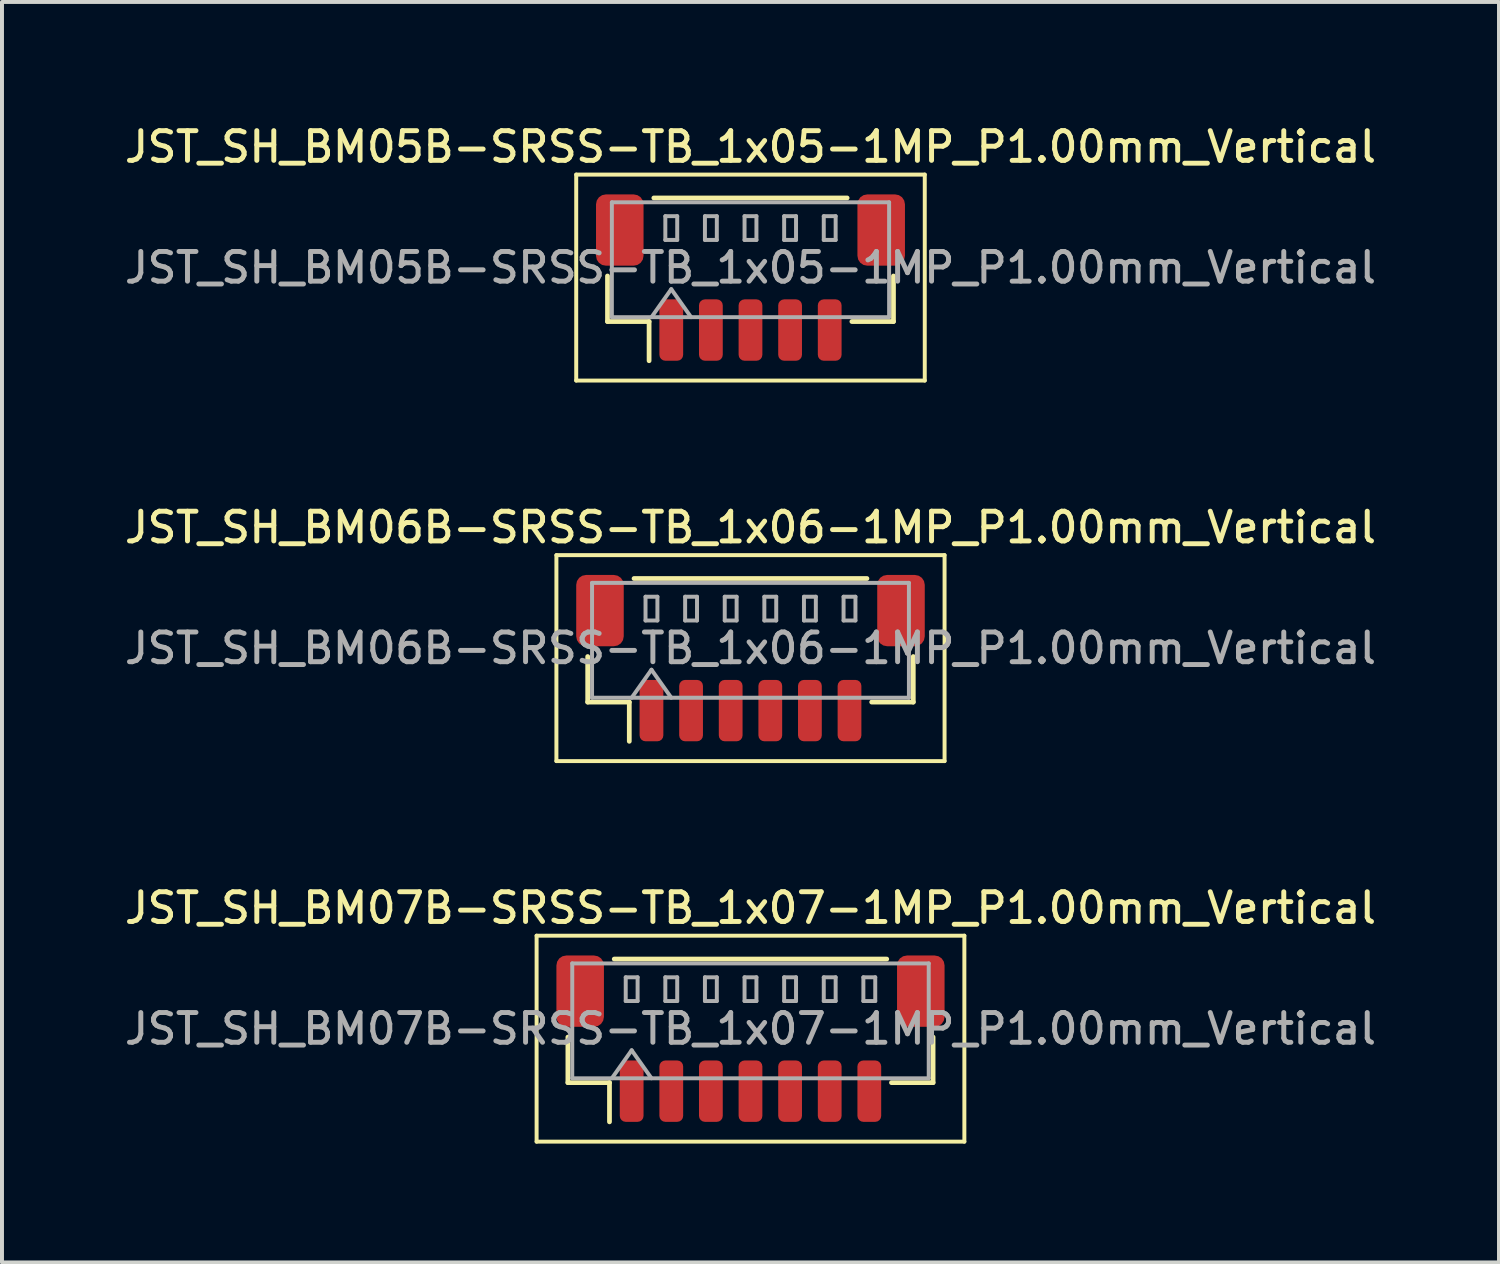
<source format=kicad_pcb>
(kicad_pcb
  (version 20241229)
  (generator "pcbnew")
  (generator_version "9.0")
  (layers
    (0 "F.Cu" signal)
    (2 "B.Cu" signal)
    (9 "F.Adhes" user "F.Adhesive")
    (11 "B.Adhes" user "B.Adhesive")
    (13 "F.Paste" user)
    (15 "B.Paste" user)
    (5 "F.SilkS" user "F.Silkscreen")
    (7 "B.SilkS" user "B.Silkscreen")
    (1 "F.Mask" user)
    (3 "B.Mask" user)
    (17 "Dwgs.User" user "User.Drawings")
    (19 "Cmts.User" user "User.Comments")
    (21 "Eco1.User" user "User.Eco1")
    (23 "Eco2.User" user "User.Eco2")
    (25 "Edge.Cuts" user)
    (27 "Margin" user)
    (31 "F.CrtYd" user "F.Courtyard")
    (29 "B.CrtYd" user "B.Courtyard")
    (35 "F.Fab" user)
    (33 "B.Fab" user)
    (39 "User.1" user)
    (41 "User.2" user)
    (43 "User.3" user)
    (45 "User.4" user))
  (footprint "JST_SH_BM07B-SRSS-TB_1x07-1MP_P1.00mm_Vertical"
    (layer "F.Cu")
    (at 15.898 23.174)
    (property "Reference" "JST_SH_BM07B-SRSS-TB_1x07-1MP_P1.00mm_Vertical" (at 0 -3.3 0) (layer "F.SilkS") (effects (font (size 0.75 0.75) (thickness 0.125))))
    (attr smd)
    (fp_line (start -5.4 -2.6) (end -5.4 2.6) (stroke (width 0.1) (type solid)) (layer "F.SilkS"))
    (fp_line (start -5.4 2.6) (end 5.4 2.6) (stroke (width 0.1) (type solid)) (layer "F.SilkS"))
    (fp_line (start -4.61 -0.04) (end -4.61 1.11) (stroke (width 0.12) (type solid)) (layer "F.SilkS"))
    (fp_line (start -4.61 1.11) (end -3.56 1.11) (stroke (width 0.12) (type solid)) (layer "F.SilkS"))
    (fp_line (start -3.56 1.11) (end -3.56 2.1) (stroke (width 0.12) (type solid)) (layer "F.SilkS"))
    (fp_line (start -3.44 -2.01) (end 3.44 -2.01) (stroke (width 0.12) (type solid)) (layer "F.SilkS"))
    (fp_line (start 4.61 -0.04) (end 4.61 1.11) (stroke (width 0.12) (type solid)) (layer "F.SilkS"))
    (fp_line (start 4.61 1.11) (end 3.56 1.11) (stroke (width 0.12) (type solid)) (layer "F.SilkS"))
    (fp_line (start 5.4 -2.6) (end -5.4 -2.6) (stroke (width 0.1) (type solid)) (layer "F.SilkS"))
    (fp_line (start 5.4 2.6) (end 5.4 -2.6) (stroke (width 0.1) (type solid)) (layer "F.SilkS"))
    (fp_line (start -4.5 -1.9) (end 4.5 -1.9) (stroke (width 0.1) (type solid)) (layer "F.Fab"))
    (fp_line (start -4.5 1) (end -4.5 -1.9) (stroke (width 0.1) (type solid)) (layer "F.Fab"))
    (fp_line (start -4.5 1) (end 4.5 1) (stroke (width 0.1) (type solid)) (layer "F.Fab"))
    (fp_line (start -3.5 1) (end -3 0.293) (stroke (width 0.1) (type solid)) (layer "F.Fab"))
    (fp_line (start -3.15 -1.55) (end -3.15 -0.95) (stroke (width 0.1) (type solid)) (layer "F.Fab"))
    (fp_line (start -3.15 -0.95) (end -2.85 -0.95) (stroke (width 0.1) (type solid)) (layer "F.Fab"))
    (fp_line (start -3 0.293) (end -2.5 1) (stroke (width 0.1) (type solid)) (layer "F.Fab"))
    (fp_line (start -2.85 -1.55) (end -3.15 -1.55) (stroke (width 0.1) (type solid)) (layer "F.Fab"))
    (fp_line (start -2.85 -0.95) (end -2.85 -1.55) (stroke (width 0.1) (type solid)) (layer "F.Fab"))
    (fp_line (start -2.15 -1.55) (end -2.15 -0.95) (stroke (width 0.1) (type solid)) (layer "F.Fab"))
    (fp_line (start -2.15 -0.95) (end -1.85 -0.95) (stroke (width 0.1) (type solid)) (layer "F.Fab"))
    (fp_line (start -1.85 -1.55) (end -2.15 -1.55) (stroke (width 0.1) (type solid)) (layer "F.Fab"))
    (fp_line (start -1.85 -0.95) (end -1.85 -1.55) (stroke (width 0.1) (type solid)) (layer "F.Fab"))
    (fp_line (start -1.15 -1.55) (end -1.15 -0.95) (stroke (width 0.1) (type solid)) (layer "F.Fab"))
    (fp_line (start -1.15 -0.95) (end -0.85 -0.95) (stroke (width 0.1) (type solid)) (layer "F.Fab"))
    (fp_line (start -0.85 -1.55) (end -1.15 -1.55) (stroke (width 0.1) (type solid)) (layer "F.Fab"))
    (fp_line (start -0.85 -0.95) (end -0.85 -1.55) (stroke (width 0.1) (type solid)) (layer "F.Fab"))
    (fp_line (start -0.15 -1.55) (end -0.15 -0.95) (stroke (width 0.1) (type solid)) (layer "F.Fab"))
    (fp_line (start -0.15 -0.95) (end 0.15 -0.95) (stroke (width 0.1) (type solid)) (layer "F.Fab"))
    (fp_line (start 0.15 -1.55) (end -0.15 -1.55) (stroke (width 0.1) (type solid)) (layer "F.Fab"))
    (fp_line (start 0.15 -0.95) (end 0.15 -1.55) (stroke (width 0.1) (type solid)) (layer "F.Fab"))
    (fp_line (start 0.85 -1.55) (end 0.85 -0.95) (stroke (width 0.1) (type solid)) (layer "F.Fab"))
    (fp_line (start 0.85 -0.95) (end 1.15 -0.95) (stroke (width 0.1) (type solid)) (layer "F.Fab"))
    (fp_line (start 1.15 -1.55) (end 0.85 -1.55) (stroke (width 0.1) (type solid)) (layer "F.Fab"))
    (fp_line (start 1.15 -0.95) (end 1.15 -1.55) (stroke (width 0.1) (type solid)) (layer "F.Fab"))
    (fp_line (start 1.85 -1.55) (end 1.85 -0.95) (stroke (width 0.1) (type solid)) (layer "F.Fab"))
    (fp_line (start 1.85 -0.95) (end 2.15 -0.95) (stroke (width 0.1) (type solid)) (layer "F.Fab"))
    (fp_line (start 2.15 -1.55) (end 1.85 -1.55) (stroke (width 0.1) (type solid)) (layer "F.Fab"))
    (fp_line (start 2.15 -0.95) (end 2.15 -1.55) (stroke (width 0.1) (type solid)) (layer "F.Fab"))
    (fp_line (start 2.85 -1.55) (end 2.85 -0.95) (stroke (width 0.1) (type solid)) (layer "F.Fab"))
    (fp_line (start 2.85 -0.95) (end 3.15 -0.95) (stroke (width 0.1) (type solid)) (layer "F.Fab"))
    (fp_line (start 3.15 -1.55) (end 2.85 -1.55) (stroke (width 0.1) (type solid)) (layer "F.Fab"))
    (fp_line (start 3.15 -0.95) (end 3.15 -1.55) (stroke (width 0.1) (type solid)) (layer "F.Fab"))
    (fp_line (start 4.5 1) (end 4.5 -1.9) (stroke (width 0.1) (type solid)) (layer "F.Fab"))
    (fp_text user "${REFERENCE}" (at 0 -0.25 0) (layer "F.Fab") (effects (font (size 0.75 0.75) (thickness 0.125))))
    (pad "1" smd roundrect (at -3 1.325) (size 0.6 1.55) (layers "F.Cu" "F.Mask" "F.Paste") (roundrect_rratio 0.25))
    (pad "2" smd roundrect (at -2 1.325) (size 0.6 1.55) (layers "F.Cu" "F.Mask" "F.Paste") (roundrect_rratio 0.25))
    (pad "3" smd roundrect (at -1 1.325) (size 0.6 1.55) (layers "F.Cu" "F.Mask" "F.Paste") (roundrect_rratio 0.25))
    (pad "4" smd roundrect (at 0 1.325) (size 0.6 1.55) (layers "F.Cu" "F.Mask" "F.Paste") (roundrect_rratio 0.25))
    (pad "5" smd roundrect (at 1 1.325) (size 0.6 1.55) (layers "F.Cu" "F.Mask" "F.Paste") (roundrect_rratio 0.25))
    (pad "6" smd roundrect (at 2 1.325) (size 0.6 1.55) (layers "F.Cu" "F.Mask" "F.Paste") (roundrect_rratio 0.25))
    (pad "7" smd roundrect (at 3 1.325) (size 0.6 1.55) (layers "F.Cu" "F.Mask" "F.Paste") (roundrect_rratio 0.25))
    (pad "MP" smd roundrect (at -4.3 -1.2) (size 1.2 1.8) (layers "F.Cu" "F.Mask" "F.Paste") (roundrect_rratio 0.208))
    (pad "MP" smd roundrect (at 4.3 -1.2) (size 1.2 1.8) (layers "F.Cu" "F.Mask" "F.Paste") (roundrect_rratio 0.208)))
  (footprint "JST_SH_BM05B-SRSS-TB_1x05-1MP_P1.00mm_Vertical"
    (layer "F.Cu")
    (at 15.898 3.958)
    (property "Reference" "JST_SH_BM05B-SRSS-TB_1x05-1MP_P1.00mm_Vertical" (at 0 -3.3 0) (layer "F.SilkS") (effects (font (size 0.75 0.75) (thickness 0.125))))
    (attr smd)
    (fp_line (start -4.4 -2.6) (end -4.4 2.6) (stroke (width 0.1) (type solid)) (layer "F.SilkS"))
    (fp_line (start -4.4 2.6) (end 4.4 2.6) (stroke (width 0.1) (type solid)) (layer "F.SilkS"))
    (fp_line (start -3.61 -0.04) (end -3.61 1.11) (stroke (width 0.12) (type solid)) (layer "F.SilkS"))
    (fp_line (start -3.61 1.11) (end -2.56 1.11) (stroke (width 0.12) (type solid)) (layer "F.SilkS"))
    (fp_line (start -2.56 1.11) (end -2.56 2.1) (stroke (width 0.12) (type solid)) (layer "F.SilkS"))
    (fp_line (start -2.44 -2.01) (end 2.44 -2.01) (stroke (width 0.12) (type solid)) (layer "F.SilkS"))
    (fp_line (start 3.61 -0.04) (end 3.61 1.11) (stroke (width 0.12) (type solid)) (layer "F.SilkS"))
    (fp_line (start 3.61 1.11) (end 2.56 1.11) (stroke (width 0.12) (type solid)) (layer "F.SilkS"))
    (fp_line (start 4.4 -2.6) (end -4.4 -2.6) (stroke (width 0.1) (type solid)) (layer "F.SilkS"))
    (fp_line (start 4.4 2.6) (end 4.4 -2.6) (stroke (width 0.1) (type solid)) (layer "F.SilkS"))
    (fp_line (start -3.5 -1.9) (end 3.5 -1.9) (stroke (width 0.1) (type solid)) (layer "F.Fab"))
    (fp_line (start -3.5 1) (end -3.5 -1.9) (stroke (width 0.1) (type solid)) (layer "F.Fab"))
    (fp_line (start -3.5 1) (end 3.5 1) (stroke (width 0.1) (type solid)) (layer "F.Fab"))
    (fp_line (start -2.5 1) (end -2 0.293) (stroke (width 0.1) (type solid)) (layer "F.Fab"))
    (fp_line (start -2.15 -1.55) (end -2.15 -0.95) (stroke (width 0.1) (type solid)) (layer "F.Fab"))
    (fp_line (start -2.15 -0.95) (end -1.85 -0.95) (stroke (width 0.1) (type solid)) (layer "F.Fab"))
    (fp_line (start -2 0.293) (end -1.5 1) (stroke (width 0.1) (type solid)) (layer "F.Fab"))
    (fp_line (start -1.85 -1.55) (end -2.15 -1.55) (stroke (width 0.1) (type solid)) (layer "F.Fab"))
    (fp_line (start -1.85 -0.95) (end -1.85 -1.55) (stroke (width 0.1) (type solid)) (layer "F.Fab"))
    (fp_line (start -1.15 -1.55) (end -1.15 -0.95) (stroke (width 0.1) (type solid)) (layer "F.Fab"))
    (fp_line (start -1.15 -0.95) (end -0.85 -0.95) (stroke (width 0.1) (type solid)) (layer "F.Fab"))
    (fp_line (start -0.85 -1.55) (end -1.15 -1.55) (stroke (width 0.1) (type solid)) (layer "F.Fab"))
    (fp_line (start -0.85 -0.95) (end -0.85 -1.55) (stroke (width 0.1) (type solid)) (layer "F.Fab"))
    (fp_line (start -0.15 -1.55) (end -0.15 -0.95) (stroke (width 0.1) (type solid)) (layer "F.Fab"))
    (fp_line (start -0.15 -0.95) (end 0.15 -0.95) (stroke (width 0.1) (type solid)) (layer "F.Fab"))
    (fp_line (start 0.15 -1.55) (end -0.15 -1.55) (stroke (width 0.1) (type solid)) (layer "F.Fab"))
    (fp_line (start 0.15 -0.95) (end 0.15 -1.55) (stroke (width 0.1) (type solid)) (layer "F.Fab"))
    (fp_line (start 0.85 -1.55) (end 0.85 -0.95) (stroke (width 0.1) (type solid)) (layer "F.Fab"))
    (fp_line (start 0.85 -0.95) (end 1.15 -0.95) (stroke (width 0.1) (type solid)) (layer "F.Fab"))
    (fp_line (start 1.15 -1.55) (end 0.85 -1.55) (stroke (width 0.1) (type solid)) (layer "F.Fab"))
    (fp_line (start 1.15 -0.95) (end 1.15 -1.55) (stroke (width 0.1) (type solid)) (layer "F.Fab"))
    (fp_line (start 1.85 -1.55) (end 1.85 -0.95) (stroke (width 0.1) (type solid)) (layer "F.Fab"))
    (fp_line (start 1.85 -0.95) (end 2.15 -0.95) (stroke (width 0.1) (type solid)) (layer "F.Fab"))
    (fp_line (start 2.15 -1.55) (end 1.85 -1.55) (stroke (width 0.1) (type solid)) (layer "F.Fab"))
    (fp_line (start 2.15 -0.95) (end 2.15 -1.55) (stroke (width 0.1) (type solid)) (layer "F.Fab"))
    (fp_line (start 3.5 1) (end 3.5 -1.9) (stroke (width 0.1) (type solid)) (layer "F.Fab"))
    (fp_text user "${REFERENCE}" (at 0 -0.25 0) (layer "F.Fab") (effects (font (size 0.75 0.75) (thickness 0.125))))
    (pad "1" smd roundrect (at -2 1.325) (size 0.6 1.55) (layers "F.Cu" "F.Mask" "F.Paste") (roundrect_rratio 0.25))
    (pad "2" smd roundrect (at -1 1.325) (size 0.6 1.55) (layers "F.Cu" "F.Mask" "F.Paste") (roundrect_rratio 0.25))
    (pad "3" smd roundrect (at 0 1.325) (size 0.6 1.55) (layers "F.Cu" "F.Mask" "F.Paste") (roundrect_rratio 0.25))
    (pad "4" smd roundrect (at 1 1.325) (size 0.6 1.55) (layers "F.Cu" "F.Mask" "F.Paste") (roundrect_rratio 0.25))
    (pad "5" smd roundrect (at 2 1.325) (size 0.6 1.55) (layers "F.Cu" "F.Mask" "F.Paste") (roundrect_rratio 0.25))
    (pad "MP" smd roundrect (at -3.3 -1.2) (size 1.2 1.8) (layers "F.Cu" "F.Mask" "F.Paste") (roundrect_rratio 0.208))
    (pad "MP" smd roundrect (at 3.3 -1.2) (size 1.2 1.8) (layers "F.Cu" "F.Mask" "F.Paste") (roundrect_rratio 0.208)))
  (footprint "JST_SH_BM06B-SRSS-TB_1x06-1MP_P1.00mm_Vertical"
    (layer "F.Cu")
    (at 15.898 13.566)
    (property "Reference" "JST_SH_BM06B-SRSS-TB_1x06-1MP_P1.00mm_Vertical" (at 0 -3.3 0) (layer "F.SilkS") (effects (font (size 0.75 0.75) (thickness 0.125))))
    (attr smd)
    (fp_line (start -4.9 -2.6) (end -4.9 2.6) (stroke (width 0.1) (type solid)) (layer "F.SilkS"))
    (fp_line (start -4.9 2.6) (end 4.9 2.6) (stroke (width 0.1) (type solid)) (layer "F.SilkS"))
    (fp_line (start -4.11 -0.04) (end -4.11 1.11) (stroke (width 0.12) (type solid)) (layer "F.SilkS"))
    (fp_line (start -4.11 1.11) (end -3.06 1.11) (stroke (width 0.12) (type solid)) (layer "F.SilkS"))
    (fp_line (start -3.06 1.11) (end -3.06 2.1) (stroke (width 0.12) (type solid)) (layer "F.SilkS"))
    (fp_line (start -2.94 -2.01) (end 2.94 -2.01) (stroke (width 0.12) (type solid)) (layer "F.SilkS"))
    (fp_line (start 4.11 -0.04) (end 4.11 1.11) (stroke (width 0.12) (type solid)) (layer "F.SilkS"))
    (fp_line (start 4.11 1.11) (end 3.06 1.11) (stroke (width 0.12) (type solid)) (layer "F.SilkS"))
    (fp_line (start 4.9 -2.6) (end -4.9 -2.6) (stroke (width 0.1) (type solid)) (layer "F.SilkS"))
    (fp_line (start 4.9 2.6) (end 4.9 -2.6) (stroke (width 0.1) (type solid)) (layer "F.SilkS"))
    (fp_line (start -4 -1.9) (end 4 -1.9) (stroke (width 0.1) (type solid)) (layer "F.Fab"))
    (fp_line (start -4 1) (end -4 -1.9) (stroke (width 0.1) (type solid)) (layer "F.Fab"))
    (fp_line (start -4 1) (end 4 1) (stroke (width 0.1) (type solid)) (layer "F.Fab"))
    (fp_line (start -3 1) (end -2.5 0.293) (stroke (width 0.1) (type solid)) (layer "F.Fab"))
    (fp_line (start -2.65 -1.55) (end -2.65 -0.95) (stroke (width 0.1) (type solid)) (layer "F.Fab"))
    (fp_line (start -2.65 -0.95) (end -2.35 -0.95) (stroke (width 0.1) (type solid)) (layer "F.Fab"))
    (fp_line (start -2.5 0.293) (end -2 1) (stroke (width 0.1) (type solid)) (layer "F.Fab"))
    (fp_line (start -2.35 -1.55) (end -2.65 -1.55) (stroke (width 0.1) (type solid)) (layer "F.Fab"))
    (fp_line (start -2.35 -0.95) (end -2.35 -1.55) (stroke (width 0.1) (type solid)) (layer "F.Fab"))
    (fp_line (start -1.65 -1.55) (end -1.65 -0.95) (stroke (width 0.1) (type solid)) (layer "F.Fab"))
    (fp_line (start -1.65 -0.95) (end -1.35 -0.95) (stroke (width 0.1) (type solid)) (layer "F.Fab"))
    (fp_line (start -1.35 -1.55) (end -1.65 -1.55) (stroke (width 0.1) (type solid)) (layer "F.Fab"))
    (fp_line (start -1.35 -0.95) (end -1.35 -1.55) (stroke (width 0.1) (type solid)) (layer "F.Fab"))
    (fp_line (start -0.65 -1.55) (end -0.65 -0.95) (stroke (width 0.1) (type solid)) (layer "F.Fab"))
    (fp_line (start -0.65 -0.95) (end -0.35 -0.95) (stroke (width 0.1) (type solid)) (layer "F.Fab"))
    (fp_line (start -0.35 -1.55) (end -0.65 -1.55) (stroke (width 0.1) (type solid)) (layer "F.Fab"))
    (fp_line (start -0.35 -0.95) (end -0.35 -1.55) (stroke (width 0.1) (type solid)) (layer "F.Fab"))
    (fp_line (start 0.35 -1.55) (end 0.35 -0.95) (stroke (width 0.1) (type solid)) (layer "F.Fab"))
    (fp_line (start 0.35 -0.95) (end 0.65 -0.95) (stroke (width 0.1) (type solid)) (layer "F.Fab"))
    (fp_line (start 0.65 -1.55) (end 0.35 -1.55) (stroke (width 0.1) (type solid)) (layer "F.Fab"))
    (fp_line (start 0.65 -0.95) (end 0.65 -1.55) (stroke (width 0.1) (type solid)) (layer "F.Fab"))
    (fp_line (start 1.35 -1.55) (end 1.35 -0.95) (stroke (width 0.1) (type solid)) (layer "F.Fab"))
    (fp_line (start 1.35 -0.95) (end 1.65 -0.95) (stroke (width 0.1) (type solid)) (layer "F.Fab"))
    (fp_line (start 1.65 -1.55) (end 1.35 -1.55) (stroke (width 0.1) (type solid)) (layer "F.Fab"))
    (fp_line (start 1.65 -0.95) (end 1.65 -1.55) (stroke (width 0.1) (type solid)) (layer "F.Fab"))
    (fp_line (start 2.35 -1.55) (end 2.35 -0.95) (stroke (width 0.1) (type solid)) (layer "F.Fab"))
    (fp_line (start 2.35 -0.95) (end 2.65 -0.95) (stroke (width 0.1) (type solid)) (layer "F.Fab"))
    (fp_line (start 2.65 -1.55) (end 2.35 -1.55) (stroke (width 0.1) (type solid)) (layer "F.Fab"))
    (fp_line (start 2.65 -0.95) (end 2.65 -1.55) (stroke (width 0.1) (type solid)) (layer "F.Fab"))
    (fp_line (start 4 1) (end 4 -1.9) (stroke (width 0.1) (type solid)) (layer "F.Fab"))
    (fp_text user "${REFERENCE}" (at 0 -0.25 0) (layer "F.Fab") (effects (font (size 0.75 0.75) (thickness 0.125))))
    (pad "1" smd roundrect (at -2.5 1.325) (size 0.6 1.55) (layers "F.Cu" "F.Mask" "F.Paste") (roundrect_rratio 0.25))
    (pad "2" smd roundrect (at -1.5 1.325) (size 0.6 1.55) (layers "F.Cu" "F.Mask" "F.Paste") (roundrect_rratio 0.25))
    (pad "3" smd roundrect (at -0.5 1.325) (size 0.6 1.55) (layers "F.Cu" "F.Mask" "F.Paste") (roundrect_rratio 0.25))
    (pad "4" smd roundrect (at 0.5 1.325) (size 0.6 1.55) (layers "F.Cu" "F.Mask" "F.Paste") (roundrect_rratio 0.25))
    (pad "5" smd roundrect (at 1.5 1.325) (size 0.6 1.55) (layers "F.Cu" "F.Mask" "F.Paste") (roundrect_rratio 0.25))
    (pad "6" smd roundrect (at 2.5 1.325) (size 0.6 1.55) (layers "F.Cu" "F.Mask" "F.Paste") (roundrect_rratio 0.25))
    (pad "MP" smd roundrect (at -3.8 -1.2) (size 1.2 1.8) (layers "F.Cu" "F.Mask" "F.Paste") (roundrect_rratio 0.208))
    (pad "MP" smd roundrect (at 3.8 -1.2) (size 1.2 1.8) (layers "F.Cu" "F.Mask" "F.Paste") (roundrect_rratio 0.208)))
  (gr_rect
    (start -3 -3)
    (end 34.796 28.824)
    (stroke (width 0.1) (type default))
    (fill no)
    (layer "Edge.Cuts")))
</source>
